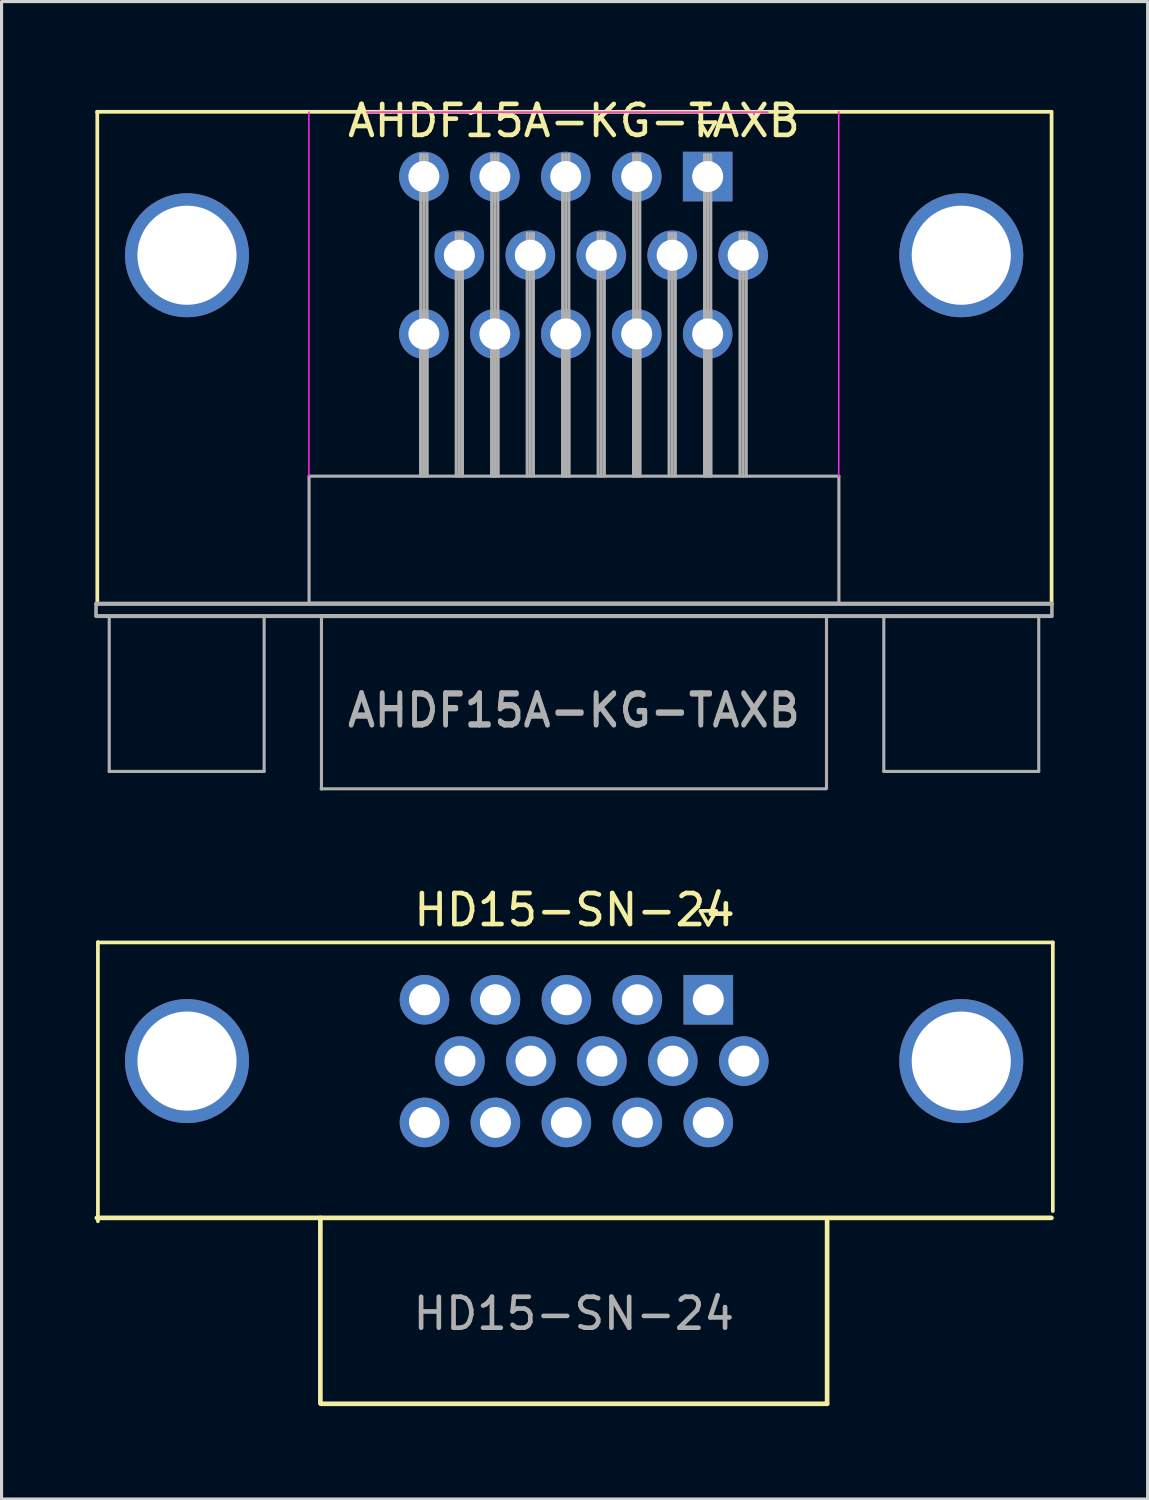
<source format=kicad_pcb>
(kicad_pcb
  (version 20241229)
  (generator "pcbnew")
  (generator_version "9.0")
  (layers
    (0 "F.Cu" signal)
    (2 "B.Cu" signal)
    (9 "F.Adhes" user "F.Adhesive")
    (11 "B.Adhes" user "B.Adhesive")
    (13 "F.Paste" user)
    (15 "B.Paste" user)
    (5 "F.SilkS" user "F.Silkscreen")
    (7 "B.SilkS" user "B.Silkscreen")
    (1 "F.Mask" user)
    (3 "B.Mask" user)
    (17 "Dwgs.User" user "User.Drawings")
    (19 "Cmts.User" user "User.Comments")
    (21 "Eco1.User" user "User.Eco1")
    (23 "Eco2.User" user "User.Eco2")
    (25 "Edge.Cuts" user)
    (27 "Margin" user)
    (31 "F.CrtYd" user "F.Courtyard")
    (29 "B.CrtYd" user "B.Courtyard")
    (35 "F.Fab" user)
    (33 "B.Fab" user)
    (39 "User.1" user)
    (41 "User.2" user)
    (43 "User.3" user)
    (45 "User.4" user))
  (footprint "AHDF15A-KG-TAXB"
    (layer "F.Cu")
    (at 19.79 1.938)
    (property "Reference" "AHDF15A-KG-TAXB" (at -4.315 -1.09 0) (layer "F.SilkS") (effects (font (size 1 1) (thickness 0.15))))
    (attr through_hole)
    (fp_line (start -19.71 -1.38) (end -10.23 -1.38) (stroke (width 0.12) (type solid)) (layer "F.SilkS"))
    (fp_line (start -19.7 14.5) (end -19.7 -1.36) (stroke (width 0.12) (type solid)) (layer "F.SilkS"))
    (fp_line (start -10.23 -1.38) (end 2.195 -1.38) (stroke (width 0.12) (type solid)) (layer "F.SilkS"))
    (fp_line (start -0.25 -1.044) (end 0.25 -1.044) (stroke (width 0.12) (type solid)) (layer "F.SilkS"))
    (fp_line (start 0 -0.611) (end -0.25 -1.044) (stroke (width 0.12) (type solid)) (layer "F.SilkS"))
    (fp_line (start 0.25 -1.044) (end 0 -0.611) (stroke (width 0.12) (type solid)) (layer "F.SilkS"))
    (fp_line (start 2.21 -1.38) (end 11.09 -1.38) (stroke (width 0.12) (type solid)) (layer "F.SilkS"))
    (fp_line (start 11.1 -1.38) (end 11.1 14.5) (stroke (width 0.12) (type solid)) (layer "F.SilkS"))
    (fp_line (start -12.87 10.38) (end -12.87 -1.37) (stroke (width 0.05) (type solid)) (layer "F.CrtYd"))
    (fp_line (start -11.01 -1.37) (end 1.94 -1.37) (stroke (width 0.05) (type solid)) (layer "F.CrtYd"))
    (fp_line (start 4.23 -1.38) (end 4.23 10.38) (stroke (width 0.05) (type solid)) (layer "F.CrtYd"))
    (fp_line (start -19.74 14.48) (end -19.74 14.88) (stroke (width 0.1) (type solid)) (layer "F.Fab"))
    (fp_line (start -19.74 14.51) (end -19.74 14.91) (stroke (width 0.1) (type solid)) (layer "F.Fab"))
    (fp_line (start -19.74 14.51) (end 11.11 14.51) (stroke (width 0.1) (type solid)) (layer "F.Fab"))
    (fp_line (start -19.74 14.88) (end 11.11 14.88) (stroke (width 0.1) (type solid)) (layer "F.Fab"))
    (fp_line (start -19.74 14.91) (end 11.11 14.91) (stroke (width 0.1) (type solid)) (layer "F.Fab"))
    (fp_line (start -19.315 14.91) (end -19.315 19.91) (stroke (width 0.1) (type solid)) (layer "F.Fab"))
    (fp_line (start -19.315 19.91) (end -14.315 19.91) (stroke (width 0.1) (type solid)) (layer "F.Fab"))
    (fp_line (start -14.315 14.91) (end -19.315 14.91) (stroke (width 0.1) (type solid)) (layer "F.Fab"))
    (fp_line (start -14.315 19.91) (end -14.315 14.91) (stroke (width 0.1) (type solid)) (layer "F.Fab"))
    (fp_line (start -12.865 10.38) (end -12.865 14.48) (stroke (width 0.1) (type solid)) (layer "F.Fab"))
    (fp_line (start -12.865 14.48) (end 4.235 14.48) (stroke (width 0.1) (type solid)) (layer "F.Fab"))
    (fp_line (start -12.475 20.47) (end 3.825 20.47) (stroke (width 0.1) (type solid)) (layer "F.Fab"))
    (fp_line (start -12.465 14.91) (end -12.465 20.48) (stroke (width 0.1) (type solid)) (layer "F.Fab"))
    (fp_line (start -9.26 0) (end -9.26 10.38) (stroke (width 0.1) (type solid)) (layer "F.Fab"))
    (fp_line (start -9.26 5.08) (end -9.26 10.38) (stroke (width 0.1) (type solid)) (layer "F.Fab"))
    (fp_line (start -9.16 0) (end -9.16 10.38) (stroke (width 0.1) (type solid)) (layer "F.Fab"))
    (fp_line (start -9.16 5.08) (end -9.16 10.38) (stroke (width 0.1) (type solid)) (layer "F.Fab"))
    (fp_line (start -9.06 0) (end -9.06 10.38) (stroke (width 0.1) (type solid)) (layer "F.Fab"))
    (fp_line (start -9.06 5.08) (end -9.06 10.38) (stroke (width 0.1) (type solid)) (layer "F.Fab"))
    (fp_line (start -8.115 2.54) (end -8.115 10.38) (stroke (width 0.1) (type solid)) (layer "F.Fab"))
    (fp_line (start -8.015 2.54) (end -8.015 10.38) (stroke (width 0.1) (type solid)) (layer "F.Fab"))
    (fp_line (start -7.915 2.54) (end -7.915 10.38) (stroke (width 0.1) (type solid)) (layer "F.Fab"))
    (fp_line (start -6.97 0) (end -6.97 10.38) (stroke (width 0.1) (type solid)) (layer "F.Fab"))
    (fp_line (start -6.97 5.08) (end -6.97 10.38) (stroke (width 0.1) (type solid)) (layer "F.Fab"))
    (fp_line (start -6.87 0) (end -6.87 10.38) (stroke (width 0.1) (type solid)) (layer "F.Fab"))
    (fp_line (start -6.87 5.08) (end -6.87 10.38) (stroke (width 0.1) (type solid)) (layer "F.Fab"))
    (fp_line (start -6.77 0) (end -6.77 10.38) (stroke (width 0.1) (type solid)) (layer "F.Fab"))
    (fp_line (start -6.77 5.08) (end -6.77 10.38) (stroke (width 0.1) (type solid)) (layer "F.Fab"))
    (fp_line (start -5.825 2.54) (end -5.825 10.38) (stroke (width 0.1) (type solid)) (layer "F.Fab"))
    (fp_line (start -5.725 2.54) (end -5.725 10.38) (stroke (width 0.1) (type solid)) (layer "F.Fab"))
    (fp_line (start -5.625 2.54) (end -5.625 10.38) (stroke (width 0.1) (type solid)) (layer "F.Fab"))
    (fp_line (start -4.68 0) (end -4.68 10.38) (stroke (width 0.1) (type solid)) (layer "F.Fab"))
    (fp_line (start -4.68 5.08) (end -4.68 10.38) (stroke (width 0.1) (type solid)) (layer "F.Fab"))
    (fp_line (start -4.58 0) (end -4.58 10.38) (stroke (width 0.1) (type solid)) (layer "F.Fab"))
    (fp_line (start -4.58 5.08) (end -4.58 10.38) (stroke (width 0.1) (type solid)) (layer "F.Fab"))
    (fp_line (start -4.48 0) (end -4.48 10.38) (stroke (width 0.1) (type solid)) (layer "F.Fab"))
    (fp_line (start -4.48 5.08) (end -4.48 10.38) (stroke (width 0.1) (type solid)) (layer "F.Fab"))
    (fp_line (start -3.535 2.54) (end -3.535 10.38) (stroke (width 0.1) (type solid)) (layer "F.Fab"))
    (fp_line (start -3.435 2.54) (end -3.435 10.38) (stroke (width 0.1) (type solid)) (layer "F.Fab"))
    (fp_line (start -3.335 2.54) (end -3.335 10.38) (stroke (width 0.1) (type solid)) (layer "F.Fab"))
    (fp_line (start -2.39 0) (end -2.39 10.38) (stroke (width 0.1) (type solid)) (layer "F.Fab"))
    (fp_line (start -2.39 5.08) (end -2.39 10.38) (stroke (width 0.1) (type solid)) (layer "F.Fab"))
    (fp_line (start -2.29 0) (end -2.29 10.38) (stroke (width 0.1) (type solid)) (layer "F.Fab"))
    (fp_line (start -2.29 5.08) (end -2.29 10.38) (stroke (width 0.1) (type solid)) (layer "F.Fab"))
    (fp_line (start -2.19 0) (end -2.19 10.38) (stroke (width 0.1) (type solid)) (layer "F.Fab"))
    (fp_line (start -2.19 5.08) (end -2.19 10.38) (stroke (width 0.1) (type solid)) (layer "F.Fab"))
    (fp_line (start -1.245 2.54) (end -1.245 10.38) (stroke (width 0.1) (type solid)) (layer "F.Fab"))
    (fp_line (start -1.145 2.54) (end -1.145 10.38) (stroke (width 0.1) (type solid)) (layer "F.Fab"))
    (fp_line (start -1.045 2.54) (end -1.045 10.38) (stroke (width 0.1) (type solid)) (layer "F.Fab"))
    (fp_line (start -0.1 0) (end -0.1 10.38) (stroke (width 0.1) (type solid)) (layer "F.Fab"))
    (fp_line (start -0.1 5.08) (end -0.1 10.38) (stroke (width 0.1) (type solid)) (layer "F.Fab"))
    (fp_line (start 0 0) (end 0 10.38) (stroke (width 0.1) (type solid)) (layer "F.Fab"))
    (fp_line (start 0 5.08) (end 0 10.38) (stroke (width 0.1) (type solid)) (layer "F.Fab"))
    (fp_line (start 0.1 0) (end 0.1 10.38) (stroke (width 0.1) (type solid)) (layer "F.Fab"))
    (fp_line (start 0.1 5.08) (end 0.1 10.38) (stroke (width 0.1) (type solid)) (layer "F.Fab"))
    (fp_line (start 1.045 2.54) (end 1.045 10.38) (stroke (width 0.1) (type solid)) (layer "F.Fab"))
    (fp_line (start 1.145 2.54) (end 1.145 10.38) (stroke (width 0.1) (type solid)) (layer "F.Fab"))
    (fp_line (start 1.245 2.54) (end 1.245 10.38) (stroke (width 0.1) (type solid)) (layer "F.Fab"))
    (fp_line (start 3.835 14.88) (end -12.465 14.88) (stroke (width 0.1) (type solid)) (layer "F.Fab"))
    (fp_line (start 3.835 14.91) (end -12.465 14.91) (stroke (width 0.1) (type solid)) (layer "F.Fab"))
    (fp_line (start 3.835 20.46) (end 3.835 14.88) (stroke (width 0.1) (type solid)) (layer "F.Fab"))
    (fp_line (start 4.235 10.38) (end -12.865 10.38) (stroke (width 0.1) (type solid)) (layer "F.Fab"))
    (fp_line (start 4.235 14.48) (end 4.235 10.38) (stroke (width 0.1) (type solid)) (layer "F.Fab"))
    (fp_line (start 5.685 14.91) (end 5.685 19.91) (stroke (width 0.1) (type solid)) (layer "F.Fab"))
    (fp_line (start 5.685 19.91) (end 10.685 19.91) (stroke (width 0.1) (type solid)) (layer "F.Fab"))
    (fp_line (start 10.685 14.91) (end 5.685 14.91) (stroke (width 0.1) (type solid)) (layer "F.Fab"))
    (fp_line (start 10.685 19.91) (end 10.685 14.91) (stroke (width 0.1) (type solid)) (layer "F.Fab"))
    (fp_line (start 11.11 14.48) (end -19.74 14.48) (stroke (width 0.1) (type solid)) (layer "F.Fab"))
    (fp_line (start 11.11 14.51) (end -19.74 14.51) (stroke (width 0.1) (type solid)) (layer "F.Fab"))
    (fp_line (start 11.11 14.88) (end 11.11 14.48) (stroke (width 0.1) (type solid)) (layer "F.Fab"))
    (fp_line (start 11.11 14.91) (end 11.11 14.51) (stroke (width 0.1) (type solid)) (layer "F.Fab"))
    (fp_text user "${REFERENCE}" (at -4.315 17.91 0) (layer "F.Fab") (effects (font (size 1 1) (thickness 0.15))))
    (fp_text user "${REFERENCE}" (at -4.315 17.965 0) (layer "F.Fab") (effects (font (size 1 1) (thickness 0.15))))
    (pad "0" thru_hole circle (at -16.805 3.25) (size 4 4) (drill 3.2) (layers "*.Cu" "*.Mask"))
    (pad "0" thru_hole circle (at 8.185 3.25) (size 4 4) (drill 3.2) (layers "*.Cu" "*.Mask"))
    (pad "1" thru_hole rect (at 0 0.71) (size 1.6 1.6) (drill 1) (layers "*.Cu" "*.Mask"))
    (pad "2" thru_hole circle (at -2.29 0.71) (size 1.6 1.6) (drill 1) (layers "*.Cu" "*.Mask"))
    (pad "3" thru_hole circle (at -4.58 0.71) (size 1.6 1.6) (drill 1) (layers "*.Cu" "*.Mask"))
    (pad "4" thru_hole circle (at -6.87 0.71) (size 1.6 1.6) (drill 1) (layers "*.Cu" "*.Mask"))
    (pad "5" thru_hole circle (at -9.16 0.71) (size 1.6 1.6) (drill 1) (layers "*.Cu" "*.Mask"))
    (pad "6" thru_hole circle (at 1.145 3.25) (size 1.6 1.6) (drill 1) (layers "*.Cu" "*.Mask"))
    (pad "7" thru_hole circle (at -1.145 3.25) (size 1.6 1.6) (drill 1) (layers "*.Cu" "*.Mask"))
    (pad "8" thru_hole circle (at -3.435 3.25) (size 1.6 1.6) (drill 1) (layers "*.Cu" "*.Mask"))
    (pad "9" thru_hole circle (at -5.725 3.25) (size 1.6 1.6) (drill 1) (layers "*.Cu" "*.Mask"))
    (pad "10" thru_hole circle (at -8.015 3.25) (size 1.6 1.6) (drill 1) (layers "*.Cu" "*.Mask"))
    (pad "11" thru_hole circle (at 0 5.79) (size 1.6 1.6) (drill 1) (layers "*.Cu" "*.Mask"))
    (pad "12" thru_hole circle (at -2.29 5.79) (size 1.6 1.6) (drill 1) (layers "*.Cu" "*.Mask"))
    (pad "13" thru_hole circle (at -4.58 5.79) (size 1.6 1.6) (drill 1) (layers "*.Cu" "*.Mask"))
    (pad "14" thru_hole circle (at -6.87 5.79) (size 1.6 1.6) (drill 1) (layers "*.Cu" "*.Mask"))
    (pad "15" thru_hole circle (at -9.16 5.79) (size 1.6 1.6) (drill 1) (layers "*.Cu" "*.Mask")))
  (footprint "HD15-SN-24"
    (layer "F.Cu")
    (at 15.48 36.257)
    (property "Reference" "HD15-SN-24" (at 0.015 -9.94 0) (layer "F.SilkS") (effects (font (size 1 1) (thickness 0.15))))
    (attr through_hole)
    (fp_line (start -15.37 -8.89) (end 15.45 -8.89) (stroke (width 0.12) (type solid)) (layer "F.SilkS"))
    (fp_line (start -15.37 0.11) (end -15.37 -8.9) (stroke (width 0.12) (type solid)) (layer "F.SilkS"))
    (fp_line (start -8.19 5.99) (end -8.19 0) (stroke (width 0.15) (type solid)) (layer "F.SilkS"))
    (fp_line (start 4.08 -9.91) (end 4.58 -9.91) (stroke (width 0.12) (type solid)) (layer "F.SilkS"))
    (fp_line (start 4.33 -9.461) (end 4.08 -9.894) (stroke (width 0.12) (type solid)) (layer "F.SilkS"))
    (fp_line (start 4.58 -9.894) (end 4.33 -9.461) (stroke (width 0.12) (type solid)) (layer "F.SilkS"))
    (fp_line (start 8.165 6) (end -8.165 6) (stroke (width 0.15) (type solid)) (layer "F.SilkS"))
    (fp_line (start 8.165 6) (end 8.165 0.01) (stroke (width 0.15) (type solid)) (layer "F.SilkS"))
    (fp_line (start 15.405 0) (end -15.405 0) (stroke (width 0.15) (type solid)) (layer "F.SilkS"))
    (fp_line (start 15.45 -8.89) (end 15.45 -0.22) (stroke (width 0.12) (type solid)) (layer "F.SilkS"))
    (fp_text user "${REFERENCE}" (at -0.01 3.09 0) (layer "F.Fab") (effects (font (size 1 1) (thickness 0.15))))
    (pad "0" thru_hole circle (at -12.495 -5.06) (size 4 4) (drill 3.2) (layers "*.Cu" "*.Mask"))
    (pad "0" thru_hole circle (at 12.495 -5.06) (size 4 4) (drill 3.2) (layers "*.Cu" "*.Mask"))
    (pad "1" thru_hole rect (at 4.33 -7.04) (size 1.6 1.6) (drill 1) (layers "*.Cu" "*.Mask"))
    (pad "2" thru_hole circle (at 2.04 -7.04) (size 1.6 1.6) (drill 1) (layers "*.Cu" "*.Mask"))
    (pad "3" thru_hole circle (at -0.25 -7.04) (size 1.6 1.6) (drill 1) (layers "*.Cu" "*.Mask"))
    (pad "4" thru_hole circle (at -2.54 -7.04) (size 1.6 1.6) (drill 1) (layers "*.Cu" "*.Mask"))
    (pad "5" thru_hole circle (at -4.83 -7.04) (size 1.6 1.6) (drill 1) (layers "*.Cu" "*.Mask"))
    (pad "6" thru_hole circle (at 5.475 -5.06) (size 1.6 1.6) (drill 1) (layers "*.Cu" "*.Mask"))
    (pad "7" thru_hole circle (at 3.185 -5.06) (size 1.6 1.6) (drill 1) (layers "*.Cu" "*.Mask"))
    (pad "8" thru_hole circle (at 0.895 -5.06) (size 1.6 1.6) (drill 1) (layers "*.Cu" "*.Mask"))
    (pad "9" thru_hole circle (at -1.395 -5.06) (size 1.6 1.6) (drill 1) (layers "*.Cu" "*.Mask"))
    (pad "10" thru_hole circle (at -3.685 -5.06) (size 1.6 1.6) (drill 1) (layers "*.Cu" "*.Mask"))
    (pad "11" thru_hole circle (at 4.33 -3.08) (size 1.6 1.6) (drill 1) (layers "*.Cu" "*.Mask"))
    (pad "12" thru_hole circle (at 2.04 -3.08) (size 1.6 1.6) (drill 1) (layers "*.Cu" "*.Mask"))
    (pad "13" thru_hole circle (at -0.25 -3.08) (size 1.6 1.6) (drill 1) (layers "*.Cu" "*.Mask"))
    (pad "14" thru_hole circle (at -2.54 -3.08) (size 1.6 1.6) (drill 1) (layers "*.Cu" "*.Mask"))
    (pad "15" thru_hole circle (at -4.83 -3.08) (size 1.6 1.6) (drill 1) (layers "*.Cu" "*.Mask")))
  (gr_rect
    (start -3 -3)
    (end 33.99 45.331)
    (stroke (width 0.1) (type default))
    (fill no)
    (layer "Edge.Cuts")))
</source>
